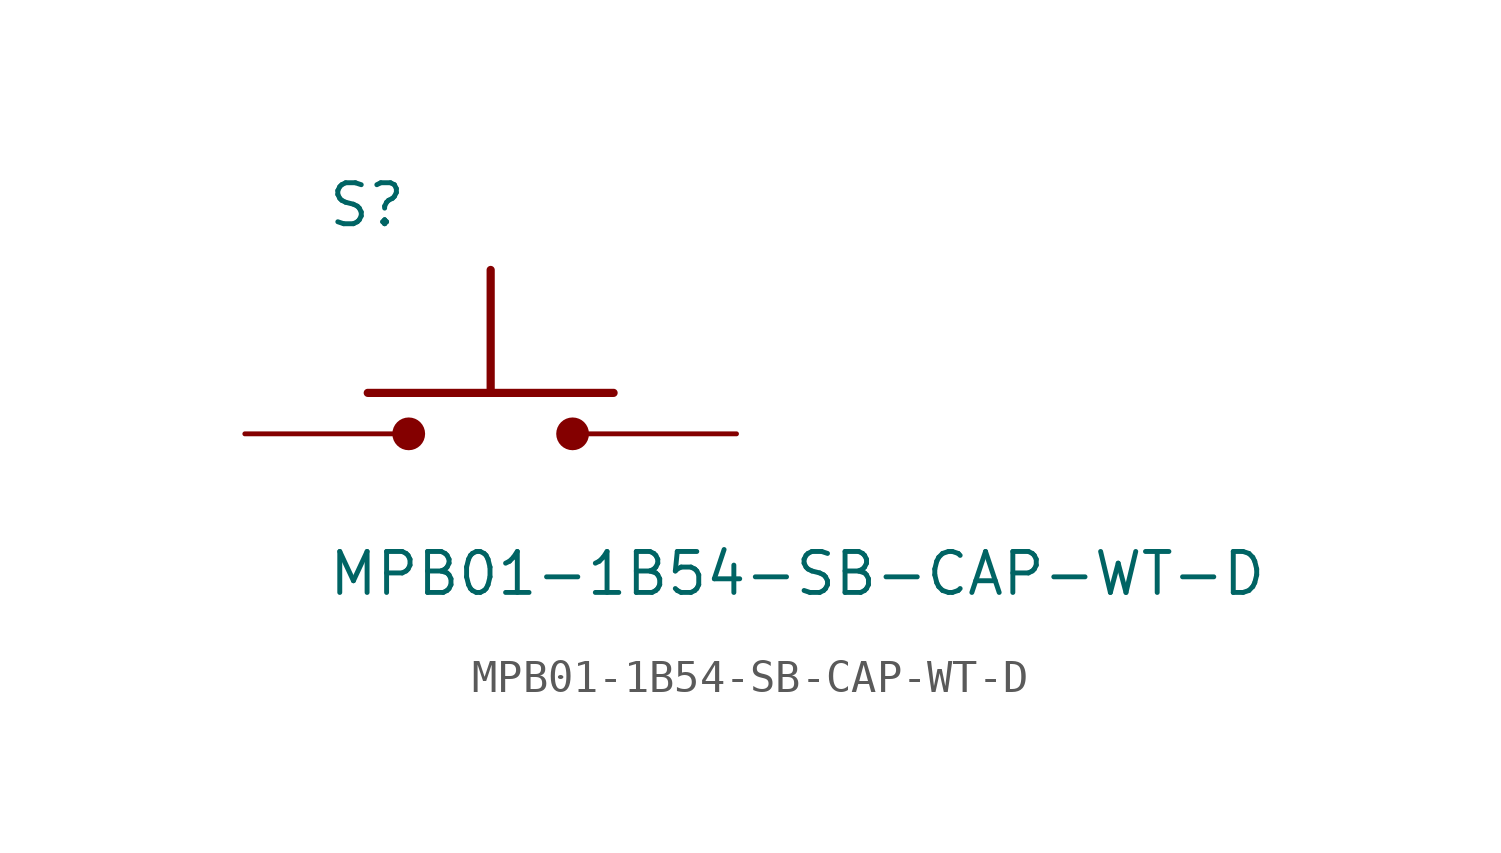
<source format=kicad_sym>
(kicad_symbol_lib
  (version 20231120)
  (generator "kicad_symbol_editor")
  (generator_version "8.0")
  (symbol "MPB01-1B54-SB-CAP-WT-D"
    (pin_numbers hide)
    (pin_names
      (offset 1.016) hide)
    (property "Reference" "S"
      (at -5.08 6.35 0)
      (effects (font (size 1.27 1.27)) (justify left bottom)))
    (property "Value" "MPB01-1B54-SB-CAP-WT-D"
      (at -5.08 -5.08 0)
      (effects (font (size 1.27 1.27)) (justify left bottom)))
    (symbol "MPB01-1B54-SB-CAP-WT-D_0_0"
      (circle (center -2.54 0) (radius 0.254) (stroke (width 0.508) (type default)) (fill (type none)))
      (polyline (pts (xy -3.81 1.27) (xy 0 1.27)) (stroke (width 0.254) (type default)) (fill (type none)))
      (polyline (pts (xy 0 1.27) (xy 0 5.08)) (stroke (width 0.254) (type default)) (fill (type none)))
      (polyline (pts (xy 0 1.27) (xy 3.81 1.27)) (stroke (width 0.254) (type default)) (fill (type none)))
      (circle (center 2.54 0) (radius 0.254) (stroke (width 0.508) (type default)) (fill (type none)))
      (pin passive line (at -7.62 0 0) (length 5.08) (name "~" (effects (font (size 1.016 1.016)))) (number "1" (effects (font (size 1.016 1.016)))))
      (pin passive line (at 7.62 0 180) (length 5.08) (name "~" (effects (font (size 1.016 1.016)))) (number "3" (effects (font (size 1.016 1.016))))))))
</source>
